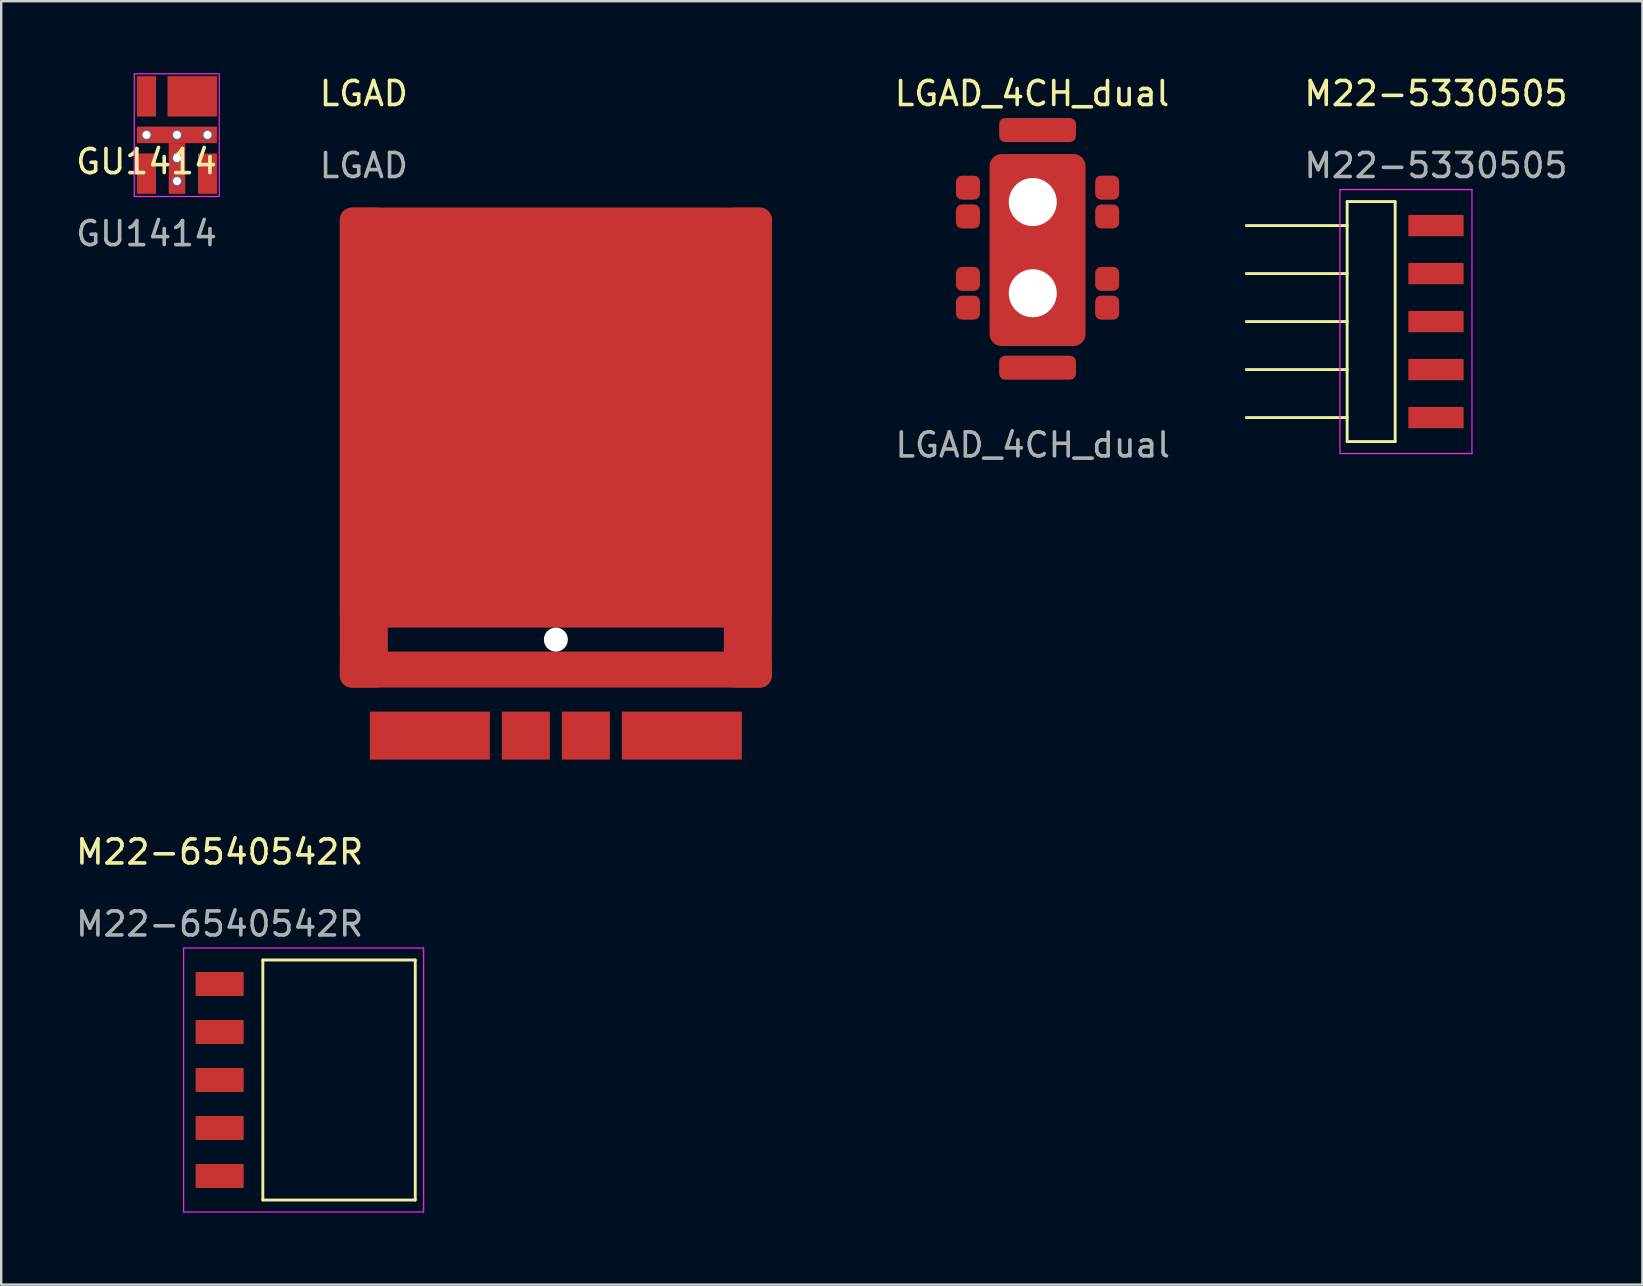
<source format=kicad_pcb>
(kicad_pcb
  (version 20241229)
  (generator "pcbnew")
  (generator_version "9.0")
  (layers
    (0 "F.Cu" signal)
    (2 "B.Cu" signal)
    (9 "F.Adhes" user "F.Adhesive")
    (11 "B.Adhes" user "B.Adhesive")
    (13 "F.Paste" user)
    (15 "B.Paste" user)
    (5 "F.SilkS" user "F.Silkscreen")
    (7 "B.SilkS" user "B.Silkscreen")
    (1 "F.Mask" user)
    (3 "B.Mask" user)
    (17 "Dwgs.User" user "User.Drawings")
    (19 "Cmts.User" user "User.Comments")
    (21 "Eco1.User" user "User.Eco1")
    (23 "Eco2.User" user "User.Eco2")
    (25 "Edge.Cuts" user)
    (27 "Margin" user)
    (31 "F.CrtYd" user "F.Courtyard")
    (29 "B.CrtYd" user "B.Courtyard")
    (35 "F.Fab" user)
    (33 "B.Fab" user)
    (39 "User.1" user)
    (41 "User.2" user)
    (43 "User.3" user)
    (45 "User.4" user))
  (footprint "GU1414"
    (layer "F.Cu")
    (at 3.054 4.185)
    (property "Reference" "GU1414" (at 0 -0.5 0) (unlocked yes) (layer "F.SilkS") (effects (font (size 1 1) (thickness 0.15))))
    (attr smd)
    (fp_rect (start -0.51 -4.16) (end 3.03 0.95) (stroke (width 0.05) (type solid)) (fill no) (layer "F.CrtYd"))
    (fp_text user "${REFERENCE}" (at 0 2.5 0) (unlocked yes) (layer "F.Fab") (effects (font (size 1 1) (thickness 0.15))))
    (pad "1" smd rect (at 0 0) (size 0.79 1.68) (layers "F.Cu" "F.Mask" "F.Paste"))
    (pad "2" smd rect (at 2.54 0) (size 0.79 1.68) (layers "F.Cu" "F.Mask" "F.Paste"))
    (pad "3" smd rect (at 1.905 -3.22) (size 2.06 1.68) (layers "F.Cu" "F.Mask" "F.Paste"))
    (pad "4" smd rect (at 0 -3.22) (size 0.79 1.68) (layers "F.Cu" "F.Mask" "F.Paste"))
    (pad "5" thru_hole circle (at 0 -1.615) (size 0.4 0.4) (drill 0.33) (layers "*.Cu"))
    (pad "5" thru_hole circle (at 1.27 -1.615) (size 0.4 0.4) (drill 0.33) (layers "*.Cu"))
    (pad "5" smd rect (at 1.27 -1.615) (size 3.33 0.69) (layers "F.Cu" "F.Mask" "F.Paste"))
    (pad "5" thru_hole circle (at 1.27 -0.65) (size 0.4 0.4) (drill 0.33) (layers "*.Cu"))
    (pad "5" smd rect (at 1.27 -0.215) (size 0.69 2.11) (layers "F.Cu" "F.Mask" "F.Paste"))
    (pad "5" thru_hole circle (at 1.27 0.31) (size 0.4 0.4) (drill 0.33) (layers "*.Cu"))
    (pad "5" thru_hole circle (at 2.54 -1.615) (size 0.4 0.4) (drill 0.33) (layers "*.Cu")))
  (footprint "LGAD_4CH_dual"
    (layer "F.Cu")
    (at 39.978 5.368)
    (property "Reference" "LGAD_4CH_dual" (at -0.03 -4.52 0) (unlocked yes) (layer "F.SilkS") (effects (font (size 1 1) (thickness 0.15))))
    (attr smd)
    (fp_text user "${REFERENCE}" (at 0 10.12 0) (unlocked yes) (layer "F.Fab") (effects (font (size 1 1) (thickness 0.15))))
    (pad "" np_thru_hole circle (at 0 0 90) (size 2 2) (drill 2) (layers "*.Cu"))
    (pad "" np_thru_hole circle (at 0 3.8 90) (size 2 2) (drill 2) (layers "*.Cu"))
    (pad "1" smd roundrect (at 0.2 2) (size 4 8) (layers "F.Cu" "F.Mask") (roundrect_rratio 0.125))
    (pad "2" smd roundrect (at 0.2 -3) (size 3.2 1) (layers "F.Cu" "F.Mask") (roundrect_rratio 0.25))
    (pad "3" smd roundrect (at -2.7 -0.6) (size 1 1) (layers "F.Cu" "F.Mask") (roundrect_rratio 0.25))
    (pad "4" smd roundrect (at -2.7 0.6) (size 1 1) (layers "F.Cu" "F.Mask") (roundrect_rratio 0.25))
    (pad "5" smd roundrect (at 3.1 0.6) (size 1 1) (layers "F.Cu" "F.Mask") (roundrect_rratio 0.25))
    (pad "6" smd roundrect (at 3.1 -0.6) (size 1 1) (layers "F.Cu" "F.Mask") (roundrect_rratio 0.25))
    (pad "7" smd roundrect (at 0.2 6.9) (size 3.2 1) (layers "F.Cu" "F.Mask") (roundrect_rratio 0.25))
    (pad "8" smd roundrect (at -2.7 3.2) (size 1 1) (layers "F.Cu" "F.Mask") (roundrect_rratio 0.25))
    (pad "9" smd roundrect (at -2.7 4.4) (size 1 1) (layers "F.Cu" "F.Mask") (roundrect_rratio 0.25))
    (pad "10" smd roundrect (at 3.1 4.4) (size 1 1) (layers "F.Cu" "F.Mask") (roundrect_rratio 0.25))
    (pad "11" smd roundrect (at 3.1 3.2) (size 1 1) (layers "F.Cu" "F.Mask") (roundrect_rratio 0.25)))
  (footprint "M22-5330505"
    (layer "F.Cu")
    (at 56.777 10.348)
    (property "Reference" "M22-5330505" (at 0 -9.5 0) (unlocked yes) (layer "F.SilkS") (effects (font (size 1 1) (thickness 0.15))))
    (attr smd)
    (fp_line (start -3.7 -5) (end -3.7 5) (stroke (width 0.12) (type solid)) (layer "F.SilkS"))
    (fp_line (start -3.7 -4) (end -7.9 -4) (stroke (width 0.12) (type solid)) (layer "F.SilkS"))
    (fp_line (start -3.7 -2) (end -7.9 -2) (stroke (width 0.12) (type solid)) (layer "F.SilkS"))
    (fp_line (start -3.7 0) (end -7.9 0) (stroke (width 0.12) (type solid)) (layer "F.SilkS"))
    (fp_line (start -3.7 2) (end -7.9 2) (stroke (width 0.12) (type solid)) (layer "F.SilkS"))
    (fp_line (start -3.7 4) (end -7.9 4) (stroke (width 0.12) (type solid)) (layer "F.SilkS"))
    (fp_line (start -3.7 5) (end -1.7 5) (stroke (width 0.12) (type solid)) (layer "F.SilkS"))
    (fp_line (start -1.7 -5) (end -3.7 -5) (stroke (width 0.12) (type solid)) (layer "F.SilkS"))
    (fp_line (start -1.7 5) (end -1.7 -5) (stroke (width 0.12) (type solid)) (layer "F.SilkS"))
    (fp_line (start -4 -5.5) (end 1.5 -5.5) (stroke (width 0.05) (type solid)) (layer "F.CrtYd"))
    (fp_line (start -4 5.5) (end -4 -5.5) (stroke (width 0.05) (type solid)) (layer "F.CrtYd"))
    (fp_line (start 1.5 -5.5) (end 1.5 5.5) (stroke (width 0.05) (type solid)) (layer "F.CrtYd"))
    (fp_line (start 1.5 5.5) (end -4 5.5) (stroke (width 0.05) (type solid)) (layer "F.CrtYd"))
    (fp_text user "${REFERENCE}" (at 0 -6.5 0) (unlocked yes) (layer "F.Fab") (effects (font (size 1 1) (thickness 0.15))))
    (pad "1" smd rect (at 0 -4) (size 2.3 0.89) (layers "F.Cu" "F.Mask" "F.Paste"))
    (pad "2" smd rect (at 0 -2) (size 2.3 0.89) (layers "F.Cu" "F.Mask" "F.Paste"))
    (pad "3" smd rect (at 0 0) (size 2.3 0.89) (layers "F.Cu" "F.Mask" "F.Paste"))
    (pad "4" smd rect (at 0 2) (size 2.3 0.89) (layers "F.Cu" "F.Mask" "F.Paste"))
    (pad "5" smd rect (at 0 4) (size 2.3 0.89) (layers "F.Cu" "F.Mask" "F.Paste")))
  (footprint "M22-6540542R"
    (layer "F.Cu")
    (at 6.101 32.947)
    (property "Reference" "M22-6540542R" (at 0 -0.5 0) (unlocked yes) (layer "F.SilkS") (effects (font (size 1 1) (thickness 0.15))))
    (attr smd)
    (fp_line (start 1.8 4) (end 8.15 4) (stroke (width 0.12) (type solid)) (layer "F.SilkS"))
    (fp_line (start 1.8 14) (end 1.8 4) (stroke (width 0.12) (type solid)) (layer "F.SilkS"))
    (fp_line (start 1.8 14) (end 8.15 14) (stroke (width 0.12) (type solid)) (layer "F.SilkS"))
    (fp_line (start 8.15 14) (end 8.15 4) (stroke (width 0.12) (type solid)) (layer "F.SilkS"))
    (fp_line (start -1.5 3.5) (end 8.5 3.5) (stroke (width 0.05) (type solid)) (layer "F.CrtYd"))
    (fp_line (start -1.5 14.5) (end -1.5 3.5) (stroke (width 0.05) (type solid)) (layer "F.CrtYd"))
    (fp_line (start 8.5 3.5) (end 8.5 14.5) (stroke (width 0.05) (type solid)) (layer "F.CrtYd"))
    (fp_line (start 8.5 14.5) (end -1.5 14.5) (stroke (width 0.05) (type solid)) (layer "F.CrtYd"))
    (fp_text user "${REFERENCE}" (at 0 2.5 0) (unlocked yes) (layer "F.Fab") (effects (font (size 1 1) (thickness 0.15))))
    (pad "1" smd rect (at 0 5) (size 2 1) (layers "F.Cu" "F.Mask" "F.Paste"))
    (pad "2" smd rect (at 0 7) (size 2 1) (layers "F.Cu" "F.Mask" "F.Paste"))
    (pad "3" smd rect (at 0 9) (size 2 1) (layers "F.Cu" "F.Mask" "F.Paste"))
    (pad "4" smd rect (at 0 11) (size 2 1) (layers "F.Cu" "F.Mask" "F.Paste"))
    (pad "5" smd rect (at 0 13) (size 2 1) (layers "F.Cu" "F.Mask" "F.Paste")))
  (footprint "LGAD"
    (layer "F.Cu")
    (at 20.109 23.598)
    (property "Reference" "LGAD" (at -8 -22.75 0) (unlocked yes) (layer "F.SilkS") (effects (font (size 1 1) (thickness 0.15))))
    (attr smd)
    (fp_text user "${REFERENCE}" (at -8 -19.75 0) (unlocked yes) (layer "F.Fab") (effects (font (size 1 1) (thickness 0.15))))
    (pad "" np_thru_hole circle (at 0 0 90) (size 1 1) (drill 1) (layers "*.Cu"))
    (pad "1" smd roundrect (at -8 -8 180) (size 2 20) (layers "F.Cu" "F.Mask" "F.Paste") (roundrect_rratio 0.25))
    (pad "1" smd roundrect (at 0 -9.25 90) (size 17.5 18) (layers "F.Cu" "F.Mask" "F.Paste") (roundrect_rratio 0.029))
    (pad "1" smd roundrect (at 0 1.25 90) (size 1.5 18) (layers "F.Cu" "F.Mask" "F.Paste") (roundrect_rratio 0.333))
    (pad "1" smd roundrect (at 8 -8 180) (size 2 20) (layers "F.Cu" "F.Mask" "F.Paste") (roundrect_rratio 0.25))
    (pad "2" smd rect (at -5.25 4 90) (size 2 5) (layers "F.Cu" "F.Mask" "F.Paste"))
    (pad "2" smd rect (at 5.25 4 90) (size 2 5) (layers "F.Cu" "F.Mask" "F.Paste"))
    (pad "3" smd rect (at 1.25 4 90) (size 2 2) (layers "F.Cu" "F.Mask" "F.Paste"))
    (pad "4" smd rect (at -1.25 4 90) (size 2 2) (layers "F.Cu" "F.Mask" "F.Paste"))
    (zone (net_name "") (layers "F.Mask" "F.SilkS" "F.Adhes" "F.Paste" "F.CrtYd") (hatch edge 0.508) (connect_pads) (min_thickness 0.254) (filled_areas_thickness no) (keepout (tracks not_allowed) (vias not_allowed) (pads not_allowed) (copperpour not_allowed) (footprints not_allowed)) (placement (enabled no)) (fill) (polygon (pts (xy 31.109 4.598) (xy 31.109 28.598) (xy 9.109 28.598) (xy 9.109 4.598)))))
  (gr_rect
    (start -3 -3)
    (end 65.378 50.471)
    (stroke (width 0.1) (type default))
    (fill no)
    (layer "Edge.Cuts")))
</source>
